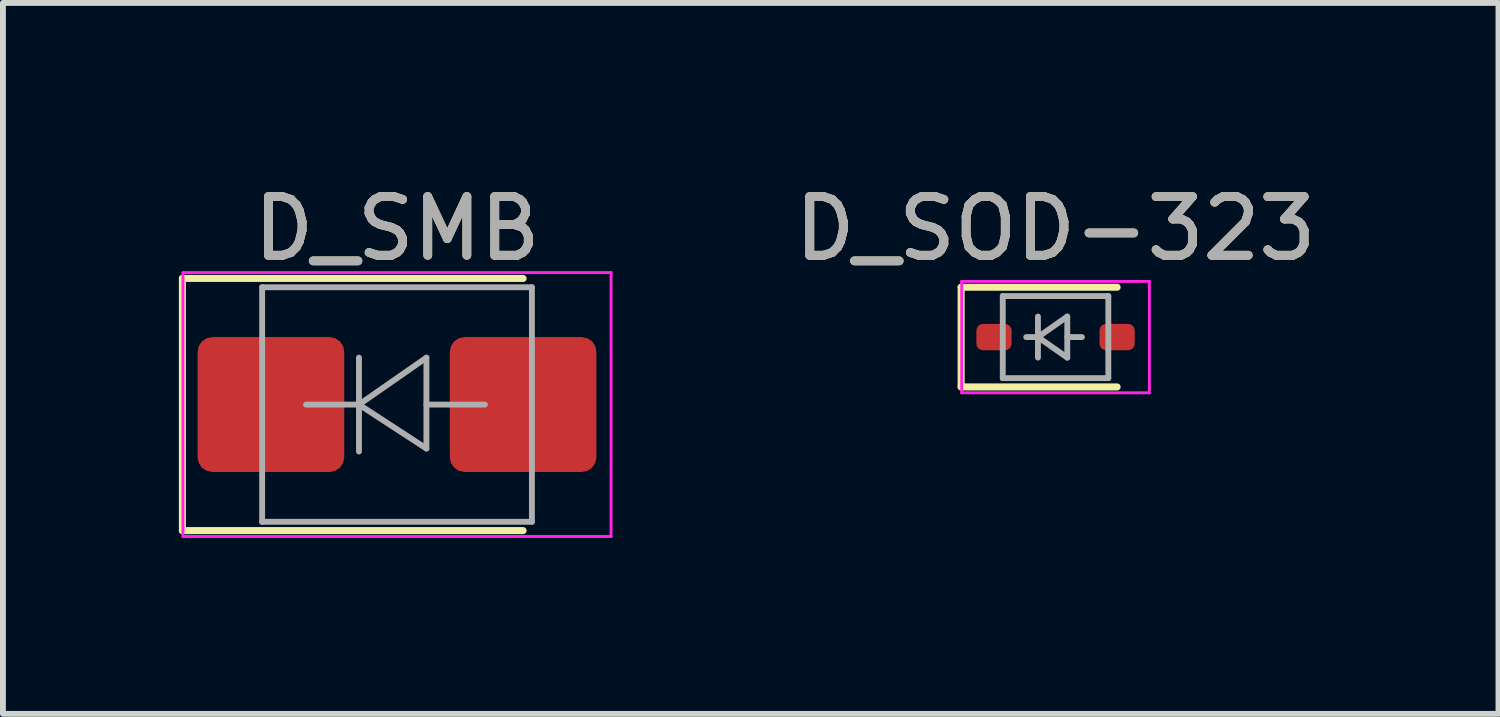
<source format=kicad_pcb>
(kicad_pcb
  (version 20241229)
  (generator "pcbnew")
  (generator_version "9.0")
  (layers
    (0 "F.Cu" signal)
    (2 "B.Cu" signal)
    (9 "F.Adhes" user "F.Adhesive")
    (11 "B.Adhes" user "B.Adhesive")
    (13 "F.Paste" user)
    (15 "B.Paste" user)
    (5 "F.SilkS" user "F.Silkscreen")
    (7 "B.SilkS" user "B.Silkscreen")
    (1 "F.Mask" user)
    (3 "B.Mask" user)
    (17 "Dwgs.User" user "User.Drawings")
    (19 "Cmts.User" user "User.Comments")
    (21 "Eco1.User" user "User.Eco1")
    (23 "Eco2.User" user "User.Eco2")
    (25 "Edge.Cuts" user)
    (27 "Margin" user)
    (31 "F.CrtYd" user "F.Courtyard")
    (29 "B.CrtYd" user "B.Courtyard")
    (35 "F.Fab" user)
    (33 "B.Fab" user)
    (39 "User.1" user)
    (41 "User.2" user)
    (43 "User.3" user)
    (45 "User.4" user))
  (footprint "D_SMB"
    (layer "F.Cu")
    (at 3.72 3.848)
    (property "Reference" "D_SMB" (at 0 -3 0) (layer "F.SilkS") (effects (font (size 1 1) (thickness 0.15))))
    (attr smd)
    (fp_line (start -3.66 -2.15) (end -3.66 2.15) (stroke (width 0.12) (type solid)) (layer "F.SilkS"))
    (fp_line (start -3.66 -2.15) (end 2.15 -2.15) (stroke (width 0.12) (type solid)) (layer "F.SilkS"))
    (fp_line (start -3.66 2.15) (end 2.15 2.15) (stroke (width 0.12) (type solid)) (layer "F.SilkS"))
    (fp_line (start -3.65 -2.25) (end 3.65 -2.25) (stroke (width 0.05) (type solid)) (layer "F.CrtYd"))
    (fp_line (start -3.65 2.25) (end -3.65 -2.25) (stroke (width 0.05) (type solid)) (layer "F.CrtYd"))
    (fp_line (start 3.65 -2.25) (end 3.65 2.25) (stroke (width 0.05) (type solid)) (layer "F.CrtYd"))
    (fp_line (start 3.65 2.25) (end -3.65 2.25) (stroke (width 0.05) (type solid)) (layer "F.CrtYd"))
    (fp_line (start -2.3 2) (end -2.3 -2) (stroke (width 0.1) (type solid)) (layer "F.Fab"))
    (fp_line (start -0.649 -0.799) (end -0.649 0.801) (stroke (width 0.1) (type solid)) (layer "F.Fab"))
    (fp_line (start -0.649 0.001) (end -1.551 0.001) (stroke (width 0.1) (type solid)) (layer "F.Fab"))
    (fp_line (start -0.649 0.001) (end 0.501 -0.799) (stroke (width 0.1) (type solid)) (layer "F.Fab"))
    (fp_line (start -0.649 0.001) (end 0.501 0.75) (stroke (width 0.1) (type solid)) (layer "F.Fab"))
    (fp_line (start 0.501 0.001) (end 1.499 0.001) (stroke (width 0.1) (type solid)) (layer "F.Fab"))
    (fp_line (start 0.501 0.75) (end 0.501 -0.799) (stroke (width 0.1) (type solid)) (layer "F.Fab"))
    (fp_line (start 2.3 -2) (end -2.3 -2) (stroke (width 0.1) (type solid)) (layer "F.Fab"))
    (fp_line (start 2.3 -2) (end 2.3 2) (stroke (width 0.1) (type solid)) (layer "F.Fab"))
    (fp_line (start 2.3 2) (end -2.3 2) (stroke (width 0.1) (type solid)) (layer "F.Fab"))
    (fp_text user "${REFERENCE}" (at 0 -3 0) (layer "F.Fab") (effects (font (size 1 1) (thickness 0.15))))
    (pad "1" smd roundrect (at -2.15 0) (size 2.5 2.3) (layers "F.Cu" "F.Mask" "F.Paste") (roundrect_rratio 0.109))
    (pad "2" smd roundrect (at 2.15 0) (size 2.5 2.3) (layers "F.Cu" "F.Mask" "F.Paste") (roundrect_rratio 0.109)))
  (footprint "D_SOD-323"
    (layer "F.Cu")
    (at 14.949 2.698)
    (property "Reference" "D_SOD-323" (at 0 -1.85 0) (layer "F.SilkS") (effects (font (size 1 1) (thickness 0.15))))
    (attr smd)
    (fp_line (start -1.61 -0.85) (end -1.61 0.85) (stroke (width 0.12) (type solid)) (layer "F.SilkS"))
    (fp_line (start -1.61 -0.85) (end 1.05 -0.85) (stroke (width 0.12) (type solid)) (layer "F.SilkS"))
    (fp_line (start -1.61 0.85) (end 1.05 0.85) (stroke (width 0.12) (type solid)) (layer "F.SilkS"))
    (fp_line (start -1.6 -0.95) (end -1.6 0.95) (stroke (width 0.05) (type solid)) (layer "F.CrtYd"))
    (fp_line (start -1.6 -0.95) (end 1.6 -0.95) (stroke (width 0.05) (type solid)) (layer "F.CrtYd"))
    (fp_line (start -1.6 0.95) (end 1.6 0.95) (stroke (width 0.05) (type solid)) (layer "F.CrtYd"))
    (fp_line (start 1.6 -0.95) (end 1.6 0.95) (stroke (width 0.05) (type solid)) (layer "F.CrtYd"))
    (fp_line (start -0.9 -0.7) (end 0.9 -0.7) (stroke (width 0.1) (type solid)) (layer "F.Fab"))
    (fp_line (start -0.9 0.7) (end -0.9 -0.7) (stroke (width 0.1) (type solid)) (layer "F.Fab"))
    (fp_line (start -0.3 -0.35) (end -0.3 0.35) (stroke (width 0.1) (type solid)) (layer "F.Fab"))
    (fp_line (start -0.3 0) (end -0.5 0) (stroke (width 0.1) (type solid)) (layer "F.Fab"))
    (fp_line (start -0.3 0) (end 0.2 -0.35) (stroke (width 0.1) (type solid)) (layer "F.Fab"))
    (fp_line (start 0.2 -0.35) (end 0.2 0.35) (stroke (width 0.1) (type solid)) (layer "F.Fab"))
    (fp_line (start 0.2 0) (end 0.45 0) (stroke (width 0.1) (type solid)) (layer "F.Fab"))
    (fp_line (start 0.2 0.35) (end -0.3 0) (stroke (width 0.1) (type solid)) (layer "F.Fab"))
    (fp_line (start 0.9 -0.7) (end 0.9 0.7) (stroke (width 0.1) (type solid)) (layer "F.Fab"))
    (fp_line (start 0.9 0.7) (end -0.9 0.7) (stroke (width 0.1) (type solid)) (layer "F.Fab"))
    (fp_text user "${REFERENCE}" (at 0 -1.85 0) (layer "F.Fab") (effects (font (size 1 1) (thickness 0.15))))
    (pad "1" smd roundrect (at -1.05 0) (size 0.6 0.45) (layers "F.Cu" "F.Mask" "F.Paste") (roundrect_rratio 0.25))
    (pad "2" smd roundrect (at 1.05 0) (size 0.6 0.45) (layers "F.Cu" "F.Mask" "F.Paste") (roundrect_rratio 0.25)))
  (gr_rect
    (start -3 -3)
    (end 22.502 9.123)
    (stroke (width 0.1) (type default))
    (fill no)
    (layer "Edge.Cuts")))
</source>
